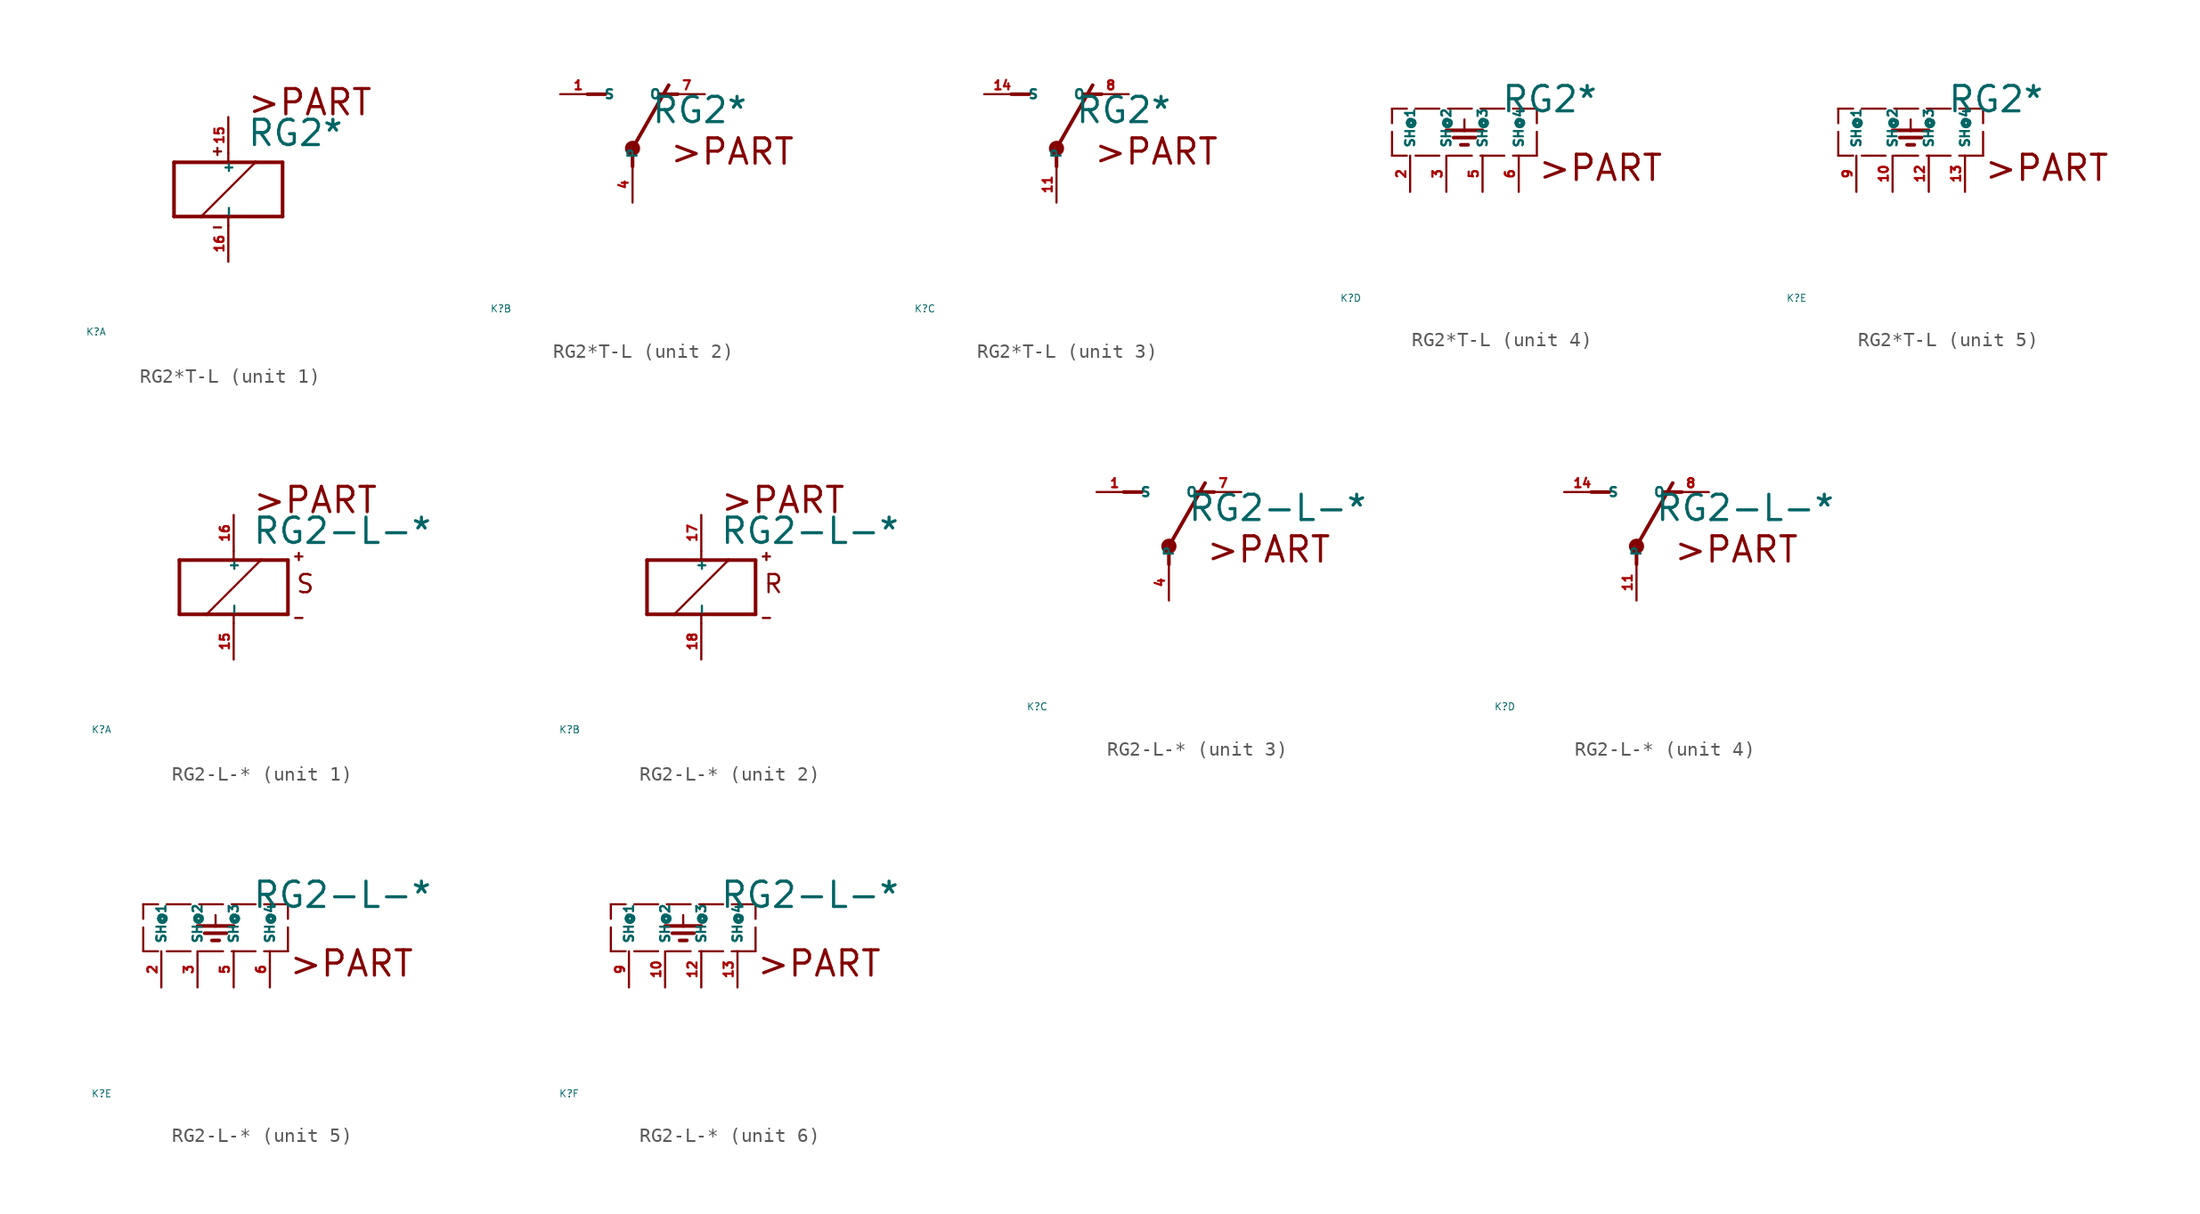
<source format=kicad_sym>
(kicad_symbol_lib
  (version 20220914)
  (generator Eagle2Kicad)
  (symbol "RG2*T-L"
    (property "Reference" "K"
      (at -10 -10 0)
      (effects (font (size 0.5 0.5) (thickness 0.06)) (justify left)))
    (property "Value" "RG2*"
      (at 1.27 2.921 0)
      (effects (font (size 1.778 1.778) (thickness 0.22)) (justify left bottom)))
    (symbol "RG2*T-L_1_0"
      (polyline (pts (xy -3.81 -1.905) (xy -1.905 -1.905)) (stroke (width 0.254) (type default)) (fill (type none)))
      (polyline (pts (xy 3.81 -1.905) (xy 3.81 1.905)) (stroke (width 0.254) (type default)) (fill (type none)))
      (polyline (pts (xy 3.81 1.905) (xy 1.905 1.905)) (stroke (width 0.254) (type default)) (fill (type none)))
      (polyline (pts (xy -3.81 1.905) (xy -3.81 -1.905)) (stroke (width 0.254) (type default)) (fill (type none)))
      (polyline (pts (xy 0 -2.54) (xy 0 -1.905)) (stroke (width 0.152) (type default)) (fill (type none)))
      (polyline (pts (xy 0 -1.905) (xy 3.81 -1.905)) (stroke (width 0.254) (type default)) (fill (type none)))
      (polyline (pts (xy 0 2.54) (xy 0 1.905)) (stroke (width 0.152) (type default)) (fill (type none)))
      (polyline (pts (xy 0 1.905) (xy -3.81 1.905)) (stroke (width 0.254) (type default)) (fill (type none)))
      (polyline (pts (xy -1.905 -1.905) (xy 1.905 1.905)) (stroke (width 0.152) (type default)) (fill (type none)))
      (polyline (pts (xy -1.905 -1.905) (xy 0 -1.905)) (stroke (width 0.254) (type default)) (fill (type none)))
      (polyline (pts (xy 1.905 1.905) (xy 0 1.905)) (stroke (width 0.254) (type default)) (fill (type none)))
      (polyline (pts (xy -1.016 2.667) (xy -0.508 2.667)) (stroke (width 0.152) (type default)) (fill (type none)))
      (polyline (pts (xy -0.762 2.921) (xy -0.762 2.413)) (stroke (width 0.152) (type default)) (fill (type none)))
      (polyline (pts (xy -1.016 -2.667) (xy -0.508 -2.667)) (stroke (width 0.152) (type default)) (fill (type none)))
      (text ">PART" (at 1.27 5.08 0) (effects (font (size 1.778 1.778) (thickness 0.22)) (justify left bottom)))
      (pin passive line (at 0 -5.08 90) (length 2.54) (name "-" (effects (font (size 0.635 0.635) (thickness 0.08)) (justify left bottom))) (number "16" (effects (font (size 0.635 0.635) (thickness 0.08)) (justify left bottom))))
      (pin passive line (at 0 5.08 270) (length 2.54) (name "+" (effects (font (size 0.635 0.635) (thickness 0.08)) (justify left bottom))) (number "15" (effects (font (size 0.635 0.635) (thickness 0.08)) (justify left bottom)))))
    (symbol "RG2*T-L_2_0"
      (polyline (pts (xy 3.175 5.08) (xy 1.905 5.08)) (stroke (width 0.254) (type default)) (fill (type none)))
      (polyline (pts (xy -3.175 5.08) (xy -1.905 5.08)) (stroke (width 0.254) (type default)) (fill (type none)))
      (polyline (pts (xy 0 1.27) (xy 2.54 5.715)) (stroke (width 0.254) (type default)) (fill (type none)))
      (polyline (pts (xy 0 1.27) (xy 0 0)) (stroke (width 0.254) (type default)) (fill (type none)))
      (text ">PART" (at 2.54 0 0) (effects (font (size 1.778 1.778) (thickness 0.22)) (justify left bottom)))
      (circle (center 0 1.27) (radius 0.127) (stroke (width 0.406) (type default)) (fill (type none)))
      (pin passive line (at 5.08 5.08 180) (length 2.54) (name "O" (effects (font (size 0.635 0.635) (thickness 0.08)) (justify left bottom))) (number "7" (effects (font (size 0.635 0.635) (thickness 0.08)) (justify left bottom))))
      (pin passive line (at -5.08 5.08 0) (length 2.54) (name "S" (effects (font (size 0.635 0.635) (thickness 0.08)) (justify left bottom))) (number "1" (effects (font (size 0.635 0.635) (thickness 0.08)) (justify left bottom))))
      (pin passive line (at 0 -2.54 90) (length 2.54) (name "P" (effects (font (size 0.635 0.635) (thickness 0.08)) (justify left bottom))) (number "4" (effects (font (size 0.635 0.635) (thickness 0.08)) (justify left bottom)))))
    (symbol "RG2*T-L_3_0"
      (polyline (pts (xy 3.175 5.08) (xy 1.905 5.08)) (stroke (width 0.254) (type default)) (fill (type none)))
      (polyline (pts (xy -3.175 5.08) (xy -1.905 5.08)) (stroke (width 0.254) (type default)) (fill (type none)))
      (polyline (pts (xy 0 1.27) (xy 2.54 5.715)) (stroke (width 0.254) (type default)) (fill (type none)))
      (polyline (pts (xy 0 1.27) (xy 0 0)) (stroke (width 0.254) (type default)) (fill (type none)))
      (text ">PART" (at 2.54 0 0) (effects (font (size 1.778 1.778) (thickness 0.22)) (justify left bottom)))
      (circle (center 0 1.27) (radius 0.127) (stroke (width 0.406) (type default)) (fill (type none)))
      (pin passive line (at 5.08 5.08 180) (length 2.54) (name "O" (effects (font (size 0.635 0.635) (thickness 0.08)) (justify left bottom))) (number "8" (effects (font (size 0.635 0.635) (thickness 0.08)) (justify left bottom))))
      (pin passive line (at -5.08 5.08 0) (length 2.54) (name "S" (effects (font (size 0.635 0.635) (thickness 0.08)) (justify left bottom))) (number "14" (effects (font (size 0.635 0.635) (thickness 0.08)) (justify left bottom))))
      (pin passive line (at 0 -2.54 90) (length 2.54) (name "P" (effects (font (size 0.635 0.635) (thickness 0.08)) (justify left bottom))) (number "11" (effects (font (size 0.635 0.635) (thickness 0.08)) (justify left bottom)))))
    (symbol "RG2*T-L_4_0"
      (polyline (pts (xy 3.81 0) (xy -6.35 0)) (stroke (width 0.152) (type dash)) (fill (type none)))
      (polyline (pts (xy -1.27 2.54) (xy -1.27 1.778)) (stroke (width 0.152) (type default)) (fill (type none)))
      (polyline (pts (xy -2.54 1.778) (xy -1.27 1.778)) (stroke (width 0.254) (type default)) (fill (type none)))
      (polyline (pts (xy -1.27 1.778) (xy 0 1.778)) (stroke (width 0.254) (type default)) (fill (type none)))
      (polyline (pts (xy -2.032 1.27) (xy -0.508 1.27)) (stroke (width 0.254) (type default)) (fill (type none)))
      (polyline (pts (xy -1.524 0.762) (xy -1.016 0.762)) (stroke (width 0.254) (type default)) (fill (type none)))
      (polyline (pts (xy 3.81 0) (xy 3.81 3.302)) (stroke (width 0.152) (type dash)) (fill (type none)))
      (polyline (pts (xy 3.81 3.302) (xy -6.35 3.302)) (stroke (width 0.152) (type dash)) (fill (type none)))
      (polyline (pts (xy -6.35 0) (xy -6.35 3.302)) (stroke (width 0.152) (type dash)) (fill (type none)))
      (text ">PART" (at 3.81 -1.905 0) (effects (font (size 1.778 1.778) (thickness 0.22)) (justify left bottom)))
      (pin passive line (at 0 -2.54 90) (length 2.54) (name "SH@3" (effects (font (size 0.635 0.635) (thickness 0.08)) (justify left bottom))) (number "5" (effects (font (size 0.635 0.635) (thickness 0.08)) (justify left bottom))))
      (pin passive line (at -5.08 -2.54 90) (length 2.54) (name "SH@1" (effects (font (size 0.635 0.635) (thickness 0.08)) (justify left bottom))) (number "2" (effects (font (size 0.635 0.635) (thickness 0.08)) (justify left bottom))))
      (pin passive line (at -2.54 -2.54 90) (length 2.54) (name "SH@2" (effects (font (size 0.635 0.635) (thickness 0.08)) (justify left bottom))) (number "3" (effects (font (size 0.635 0.635) (thickness 0.08)) (justify left bottom))))
      (pin passive line (at 2.54 -2.54 90) (length 2.54) (name "SH@4" (effects (font (size 0.635 0.635) (thickness 0.08)) (justify left bottom))) (number "6" (effects (font (size 0.635 0.635) (thickness 0.08)) (justify left bottom)))))
    (symbol "RG2*T-L_5_0"
      (polyline (pts (xy 3.81 0) (xy -6.35 0)) (stroke (width 0.152) (type dash)) (fill (type none)))
      (polyline (pts (xy -1.27 2.54) (xy -1.27 1.778)) (stroke (width 0.152) (type default)) (fill (type none)))
      (polyline (pts (xy -2.54 1.778) (xy -1.27 1.778)) (stroke (width 0.254) (type default)) (fill (type none)))
      (polyline (pts (xy -1.27 1.778) (xy 0 1.778)) (stroke (width 0.254) (type default)) (fill (type none)))
      (polyline (pts (xy -2.032 1.27) (xy -0.508 1.27)) (stroke (width 0.254) (type default)) (fill (type none)))
      (polyline (pts (xy -1.524 0.762) (xy -1.016 0.762)) (stroke (width 0.254) (type default)) (fill (type none)))
      (polyline (pts (xy 3.81 0) (xy 3.81 3.302)) (stroke (width 0.152) (type dash)) (fill (type none)))
      (polyline (pts (xy 3.81 3.302) (xy -6.35 3.302)) (stroke (width 0.152) (type dash)) (fill (type none)))
      (polyline (pts (xy -6.35 0) (xy -6.35 3.302)) (stroke (width 0.152) (type dash)) (fill (type none)))
      (text ">PART" (at 3.81 -1.905 0) (effects (font (size 1.778 1.778) (thickness 0.22)) (justify left bottom)))
      (pin passive line (at 0 -2.54 90) (length 2.54) (name "SH@3" (effects (font (size 0.635 0.635) (thickness 0.08)) (justify left bottom))) (number "12" (effects (font (size 0.635 0.635) (thickness 0.08)) (justify left bottom))))
      (pin passive line (at -5.08 -2.54 90) (length 2.54) (name "SH@1" (effects (font (size 0.635 0.635) (thickness 0.08)) (justify left bottom))) (number "9" (effects (font (size 0.635 0.635) (thickness 0.08)) (justify left bottom))))
      (pin passive line (at -2.54 -2.54 90) (length 2.54) (name "SH@2" (effects (font (size 0.635 0.635) (thickness 0.08)) (justify left bottom))) (number "10" (effects (font (size 0.635 0.635) (thickness 0.08)) (justify left bottom))))
      (pin passive line (at 2.54 -2.54 90) (length 2.54) (name "SH@4" (effects (font (size 0.635 0.635) (thickness 0.08)) (justify left bottom))) (number "13" (effects (font (size 0.635 0.635) (thickness 0.08)) (justify left bottom))))))
  (symbol "RG2-L-*"
    (property "Reference" "K"
      (at -10 -10 0)
      (effects (font (size 0.5 0.5) (thickness 0.06)) (justify left)))
    (property "Value" "RG2-L-*"
      (at 1.27 2.921 0)
      (effects (font (size 1.778 1.778) (thickness 0.22)) (justify left bottom)))
    (symbol "RG2-L-*_1_0"
      (polyline (pts (xy -3.81 -1.905) (xy -1.905 -1.905)) (stroke (width 0.254) (type default)) (fill (type none)))
      (polyline (pts (xy 3.81 -1.905) (xy 3.81 1.905)) (stroke (width 0.254) (type default)) (fill (type none)))
      (polyline (pts (xy 3.81 1.905) (xy 1.905 1.905)) (stroke (width 0.254) (type default)) (fill (type none)))
      (polyline (pts (xy -3.81 1.905) (xy -3.81 -1.905)) (stroke (width 0.254) (type default)) (fill (type none)))
      (polyline (pts (xy 0 -2.54) (xy 0 -1.905)) (stroke (width 0.152) (type default)) (fill (type none)))
      (polyline (pts (xy 0 -1.905) (xy 3.81 -1.905)) (stroke (width 0.254) (type default)) (fill (type none)))
      (polyline (pts (xy 0 2.54) (xy 0 1.905)) (stroke (width 0.152) (type default)) (fill (type none)))
      (polyline (pts (xy 0 1.905) (xy -3.81 1.905)) (stroke (width 0.254) (type default)) (fill (type none)))
      (polyline (pts (xy -1.905 -1.905) (xy 1.905 1.905)) (stroke (width 0.152) (type default)) (fill (type none)))
      (polyline (pts (xy -1.905 -1.905) (xy 0 -1.905)) (stroke (width 0.254) (type default)) (fill (type none)))
      (polyline (pts (xy 1.905 1.905) (xy 0 1.905)) (stroke (width 0.254) (type default)) (fill (type none)))
      (polyline (pts (xy 4.318 2.159) (xy 4.826 2.159)) (stroke (width 0.152) (type default)) (fill (type none)))
      (polyline (pts (xy 4.572 2.413) (xy 4.572 1.905)) (stroke (width 0.152) (type default)) (fill (type none)))
      (polyline (pts (xy 4.318 -2.159) (xy 4.826 -2.159)) (stroke (width 0.152) (type default)) (fill (type none)))
      (text ">PART" (at 1.27 5.08 0) (effects (font (size 1.778 1.778) (thickness 0.22)) (justify left bottom)))
      (text "S" (at 4.318 -0.508 0) (effects (font (size 1.27 1.27) (thickness 0.16)) (justify left bottom)))
      (pin passive line (at 0 -5.08 90) (length 2.54) (name "-" (effects (font (size 0.635 0.635) (thickness 0.08)) (justify left bottom))) (number "15" (effects (font (size 0.635 0.635) (thickness 0.08)) (justify left bottom))))
      (pin passive line (at 0 5.08 270) (length 2.54) (name "+" (effects (font (size 0.635 0.635) (thickness 0.08)) (justify left bottom))) (number "16" (effects (font (size 0.635 0.635) (thickness 0.08)) (justify left bottom)))))
    (symbol "RG2-L-*_2_0"
      (polyline (pts (xy -3.81 -1.905) (xy -1.905 -1.905)) (stroke (width 0.254) (type default)) (fill (type none)))
      (polyline (pts (xy 3.81 -1.905) (xy 3.81 1.905)) (stroke (width 0.254) (type default)) (fill (type none)))
      (polyline (pts (xy 3.81 1.905) (xy 1.905 1.905)) (stroke (width 0.254) (type default)) (fill (type none)))
      (polyline (pts (xy -3.81 1.905) (xy -3.81 -1.905)) (stroke (width 0.254) (type default)) (fill (type none)))
      (polyline (pts (xy 0 -2.54) (xy 0 -1.905)) (stroke (width 0.152) (type default)) (fill (type none)))
      (polyline (pts (xy 0 -1.905) (xy 3.81 -1.905)) (stroke (width 0.254) (type default)) (fill (type none)))
      (polyline (pts (xy 0 2.54) (xy 0 1.905)) (stroke (width 0.152) (type default)) (fill (type none)))
      (polyline (pts (xy 0 1.905) (xy -3.81 1.905)) (stroke (width 0.254) (type default)) (fill (type none)))
      (polyline (pts (xy -1.905 -1.905) (xy 1.905 1.905)) (stroke (width 0.152) (type default)) (fill (type none)))
      (polyline (pts (xy -1.905 -1.905) (xy 0 -1.905)) (stroke (width 0.254) (type default)) (fill (type none)))
      (polyline (pts (xy 1.905 1.905) (xy 0 1.905)) (stroke (width 0.254) (type default)) (fill (type none)))
      (polyline (pts (xy 4.318 2.159) (xy 4.826 2.159)) (stroke (width 0.152) (type default)) (fill (type none)))
      (polyline (pts (xy 4.572 2.413) (xy 4.572 1.905)) (stroke (width 0.152) (type default)) (fill (type none)))
      (polyline (pts (xy 4.318 -2.159) (xy 4.826 -2.159)) (stroke (width 0.152) (type default)) (fill (type none)))
      (text ">PART" (at 1.27 5.08 0) (effects (font (size 1.778 1.778) (thickness 0.22)) (justify left bottom)))
      (text "R" (at 4.318 -0.508 0) (effects (font (size 1.27 1.27) (thickness 0.16)) (justify left bottom)))
      (pin passive line (at 0 -5.08 90) (length 2.54) (name "-" (effects (font (size 0.635 0.635) (thickness 0.08)) (justify left bottom))) (number "18" (effects (font (size 0.635 0.635) (thickness 0.08)) (justify left bottom))))
      (pin passive line (at 0 5.08 270) (length 2.54) (name "+" (effects (font (size 0.635 0.635) (thickness 0.08)) (justify left bottom))) (number "17" (effects (font (size 0.635 0.635) (thickness 0.08)) (justify left bottom)))))
    (symbol "RG2-L-*_3_0"
      (polyline (pts (xy 3.175 5.08) (xy 1.905 5.08)) (stroke (width 0.254) (type default)) (fill (type none)))
      (polyline (pts (xy -3.175 5.08) (xy -1.905 5.08)) (stroke (width 0.254) (type default)) (fill (type none)))
      (polyline (pts (xy 0 1.27) (xy 2.54 5.715)) (stroke (width 0.254) (type default)) (fill (type none)))
      (polyline (pts (xy 0 1.27) (xy 0 0)) (stroke (width 0.254) (type default)) (fill (type none)))
      (text ">PART" (at 2.54 0 0) (effects (font (size 1.778 1.778) (thickness 0.22)) (justify left bottom)))
      (circle (center 0 1.27) (radius 0.127) (stroke (width 0.406) (type default)) (fill (type none)))
      (pin passive line (at 5.08 5.08 180) (length 2.54) (name "O" (effects (font (size 0.635 0.635) (thickness 0.08)) (justify left bottom))) (number "7" (effects (font (size 0.635 0.635) (thickness 0.08)) (justify left bottom))))
      (pin passive line (at -5.08 5.08 0) (length 2.54) (name "S" (effects (font (size 0.635 0.635) (thickness 0.08)) (justify left bottom))) (number "1" (effects (font (size 0.635 0.635) (thickness 0.08)) (justify left bottom))))
      (pin passive line (at 0 -2.54 90) (length 2.54) (name "P" (effects (font (size 0.635 0.635) (thickness 0.08)) (justify left bottom))) (number "4" (effects (font (size 0.635 0.635) (thickness 0.08)) (justify left bottom)))))
    (symbol "RG2-L-*_4_0"
      (polyline (pts (xy 3.175 5.08) (xy 1.905 5.08)) (stroke (width 0.254) (type default)) (fill (type none)))
      (polyline (pts (xy -3.175 5.08) (xy -1.905 5.08)) (stroke (width 0.254) (type default)) (fill (type none)))
      (polyline (pts (xy 0 1.27) (xy 2.54 5.715)) (stroke (width 0.254) (type default)) (fill (type none)))
      (polyline (pts (xy 0 1.27) (xy 0 0)) (stroke (width 0.254) (type default)) (fill (type none)))
      (text ">PART" (at 2.54 0 0) (effects (font (size 1.778 1.778) (thickness 0.22)) (justify left bottom)))
      (circle (center 0 1.27) (radius 0.127) (stroke (width 0.406) (type default)) (fill (type none)))
      (pin passive line (at 5.08 5.08 180) (length 2.54) (name "O" (effects (font (size 0.635 0.635) (thickness 0.08)) (justify left bottom))) (number "8" (effects (font (size 0.635 0.635) (thickness 0.08)) (justify left bottom))))
      (pin passive line (at -5.08 5.08 0) (length 2.54) (name "S" (effects (font (size 0.635 0.635) (thickness 0.08)) (justify left bottom))) (number "14" (effects (font (size 0.635 0.635) (thickness 0.08)) (justify left bottom))))
      (pin passive line (at 0 -2.54 90) (length 2.54) (name "P" (effects (font (size 0.635 0.635) (thickness 0.08)) (justify left bottom))) (number "11" (effects (font (size 0.635 0.635) (thickness 0.08)) (justify left bottom)))))
    (symbol "RG2-L-*_5_0"
      (polyline (pts (xy 3.81 0) (xy -6.35 0)) (stroke (width 0.152) (type dash)) (fill (type none)))
      (polyline (pts (xy -1.27 2.54) (xy -1.27 1.778)) (stroke (width 0.152) (type default)) (fill (type none)))
      (polyline (pts (xy -2.54 1.778) (xy -1.27 1.778)) (stroke (width 0.254) (type default)) (fill (type none)))
      (polyline (pts (xy -1.27 1.778) (xy 0 1.778)) (stroke (width 0.254) (type default)) (fill (type none)))
      (polyline (pts (xy -2.032 1.27) (xy -0.508 1.27)) (stroke (width 0.254) (type default)) (fill (type none)))
      (polyline (pts (xy -1.524 0.762) (xy -1.016 0.762)) (stroke (width 0.254) (type default)) (fill (type none)))
      (polyline (pts (xy 3.81 0) (xy 3.81 3.302)) (stroke (width 0.152) (type dash)) (fill (type none)))
      (polyline (pts (xy 3.81 3.302) (xy -6.35 3.302)) (stroke (width 0.152) (type dash)) (fill (type none)))
      (polyline (pts (xy -6.35 0) (xy -6.35 3.302)) (stroke (width 0.152) (type dash)) (fill (type none)))
      (text ">PART" (at 3.81 -1.905 0) (effects (font (size 1.778 1.778) (thickness 0.22)) (justify left bottom)))
      (pin passive line (at 0 -2.54 90) (length 2.54) (name "SH@3" (effects (font (size 0.635 0.635) (thickness 0.08)) (justify left bottom))) (number "5" (effects (font (size 0.635 0.635) (thickness 0.08)) (justify left bottom))))
      (pin passive line (at -5.08 -2.54 90) (length 2.54) (name "SH@1" (effects (font (size 0.635 0.635) (thickness 0.08)) (justify left bottom))) (number "2" (effects (font (size 0.635 0.635) (thickness 0.08)) (justify left bottom))))
      (pin passive line (at -2.54 -2.54 90) (length 2.54) (name "SH@2" (effects (font (size 0.635 0.635) (thickness 0.08)) (justify left bottom))) (number "3" (effects (font (size 0.635 0.635) (thickness 0.08)) (justify left bottom))))
      (pin passive line (at 2.54 -2.54 90) (length 2.54) (name "SH@4" (effects (font (size 0.635 0.635) (thickness 0.08)) (justify left bottom))) (number "6" (effects (font (size 0.635 0.635) (thickness 0.08)) (justify left bottom)))))
    (symbol "RG2-L-*_6_0"
      (polyline (pts (xy 3.81 0) (xy -6.35 0)) (stroke (width 0.152) (type dash)) (fill (type none)))
      (polyline (pts (xy -1.27 2.54) (xy -1.27 1.778)) (stroke (width 0.152) (type default)) (fill (type none)))
      (polyline (pts (xy -2.54 1.778) (xy -1.27 1.778)) (stroke (width 0.254) (type default)) (fill (type none)))
      (polyline (pts (xy -1.27 1.778) (xy 0 1.778)) (stroke (width 0.254) (type default)) (fill (type none)))
      (polyline (pts (xy -2.032 1.27) (xy -0.508 1.27)) (stroke (width 0.254) (type default)) (fill (type none)))
      (polyline (pts (xy -1.524 0.762) (xy -1.016 0.762)) (stroke (width 0.254) (type default)) (fill (type none)))
      (polyline (pts (xy 3.81 0) (xy 3.81 3.302)) (stroke (width 0.152) (type dash)) (fill (type none)))
      (polyline (pts (xy 3.81 3.302) (xy -6.35 3.302)) (stroke (width 0.152) (type dash)) (fill (type none)))
      (polyline (pts (xy -6.35 0) (xy -6.35 3.302)) (stroke (width 0.152) (type dash)) (fill (type none)))
      (text ">PART" (at 3.81 -1.905 0) (effects (font (size 1.778 1.778) (thickness 0.22)) (justify left bottom)))
      (pin passive line (at 0 -2.54 90) (length 2.54) (name "SH@3" (effects (font (size 0.635 0.635) (thickness 0.08)) (justify left bottom))) (number "12" (effects (font (size 0.635 0.635) (thickness 0.08)) (justify left bottom))))
      (pin passive line (at -5.08 -2.54 90) (length 2.54) (name "SH@1" (effects (font (size 0.635 0.635) (thickness 0.08)) (justify left bottom))) (number "9" (effects (font (size 0.635 0.635) (thickness 0.08)) (justify left bottom))))
      (pin passive line (at -2.54 -2.54 90) (length 2.54) (name "SH@2" (effects (font (size 0.635 0.635) (thickness 0.08)) (justify left bottom))) (number "10" (effects (font (size 0.635 0.635) (thickness 0.08)) (justify left bottom))))
      (pin passive line (at 2.54 -2.54 90) (length 2.54) (name "SH@4" (effects (font (size 0.635 0.635) (thickness 0.08)) (justify left bottom))) (number "13" (effects (font (size 0.635 0.635) (thickness 0.08)) (justify left bottom)))))))
</source>
